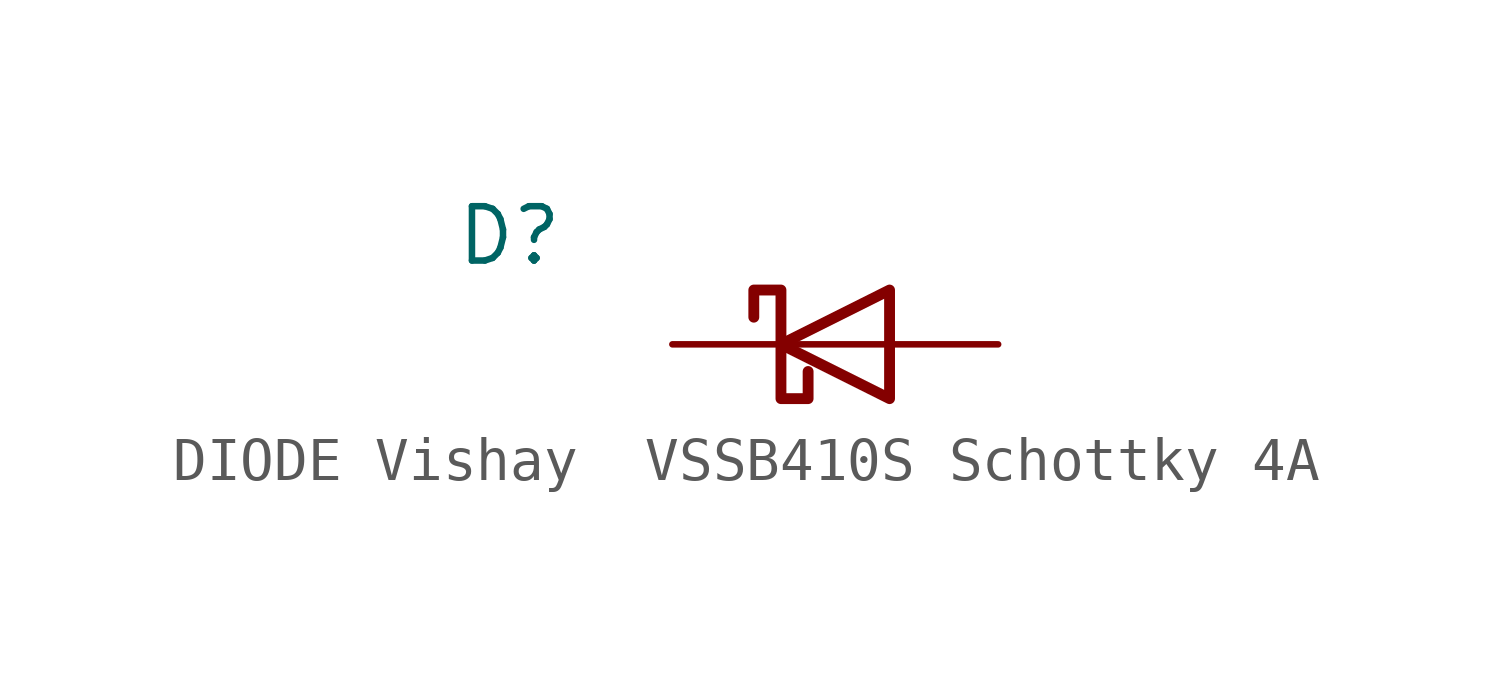
<source format=kicad_sym>
(kicad_symbol_lib
  (version 20241209)
  (generator "kicad_symbol_editor")
  (generator_version "9.0")
  (symbol "DIODE Vishay  VSSB410S Schottky 4A"
    (pin_numbers
      (hide yes))
    (pin_names
      (offset 1.016)
      (hide yes))
    (property "Reference" "D"
      (at -7.62 2.54 0)
      (effects (font (size 1.27 1.27))))
    (symbol "DIODE Vishay  VSSB410S Schottky 4A_0_1"
      (polyline (pts (xy -1.905 0.635) (xy -1.905 1.27) (xy -1.27 1.27) (xy -1.27 -1.27) (xy -0.635 -1.27) (xy -0.635 -0.635)) (stroke (width 0.254) (type default)) (fill (type none)))
      (polyline (pts (xy 1.27 1.27) (xy 1.27 -1.27) (xy -1.27 0) (xy 1.27 1.27)) (stroke (width 0.254) (type default)) (fill (type none)))
      (polyline (pts (xy 1.27 0) (xy -1.27 0)) (stroke (width 0) (type default)) (fill (type none))))
    (symbol "DIODE Vishay  VSSB410S Schottky 4A_1_1"
      (pin passive line (at -3.81 0 0) (length 2.54) (name "K" (effects (font (size 1.27 1.27)))) (number "1" (effects (font (size 1.27 1.27)))))
      (pin passive line (at 3.81 0 180) (length 2.54) (name "A" (effects (font (size 1.27 1.27)))) (number "2" (effects (font (size 1.27 1.27))))))))
</source>
